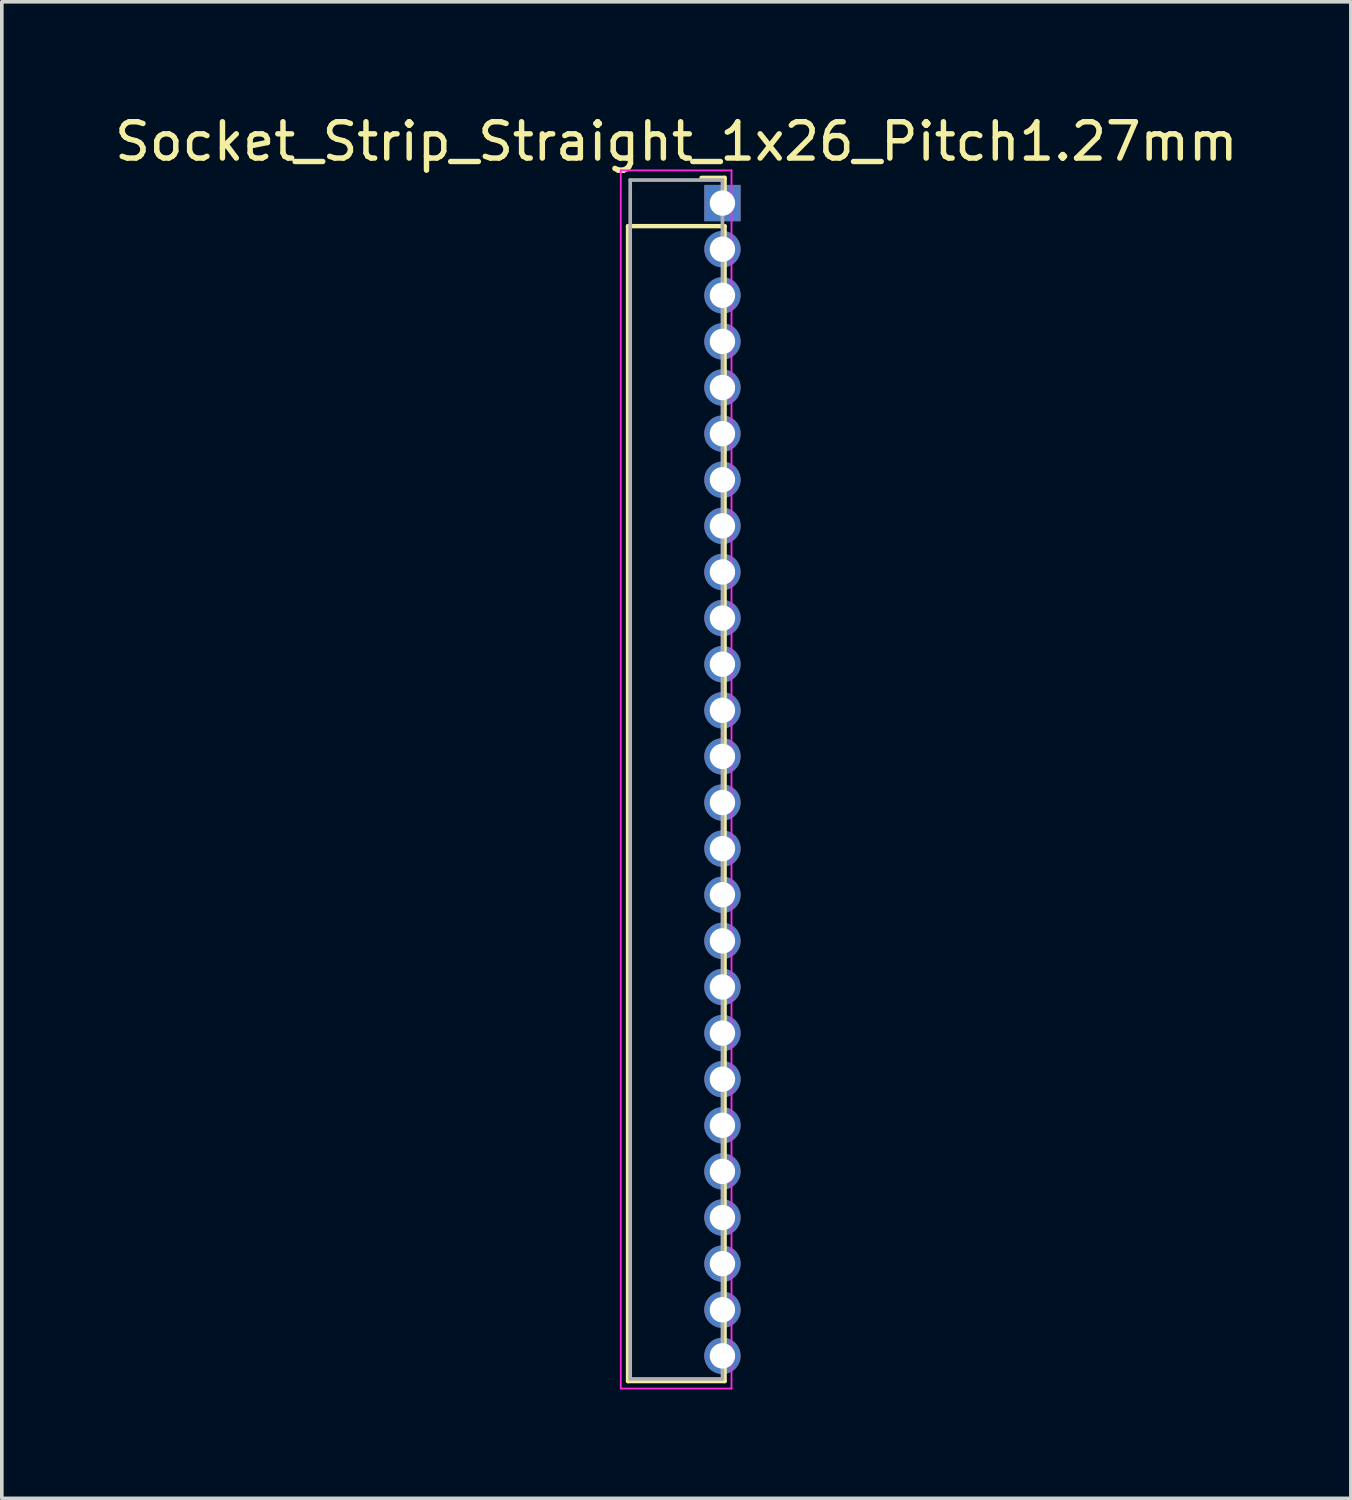
<source format=kicad_pcb>
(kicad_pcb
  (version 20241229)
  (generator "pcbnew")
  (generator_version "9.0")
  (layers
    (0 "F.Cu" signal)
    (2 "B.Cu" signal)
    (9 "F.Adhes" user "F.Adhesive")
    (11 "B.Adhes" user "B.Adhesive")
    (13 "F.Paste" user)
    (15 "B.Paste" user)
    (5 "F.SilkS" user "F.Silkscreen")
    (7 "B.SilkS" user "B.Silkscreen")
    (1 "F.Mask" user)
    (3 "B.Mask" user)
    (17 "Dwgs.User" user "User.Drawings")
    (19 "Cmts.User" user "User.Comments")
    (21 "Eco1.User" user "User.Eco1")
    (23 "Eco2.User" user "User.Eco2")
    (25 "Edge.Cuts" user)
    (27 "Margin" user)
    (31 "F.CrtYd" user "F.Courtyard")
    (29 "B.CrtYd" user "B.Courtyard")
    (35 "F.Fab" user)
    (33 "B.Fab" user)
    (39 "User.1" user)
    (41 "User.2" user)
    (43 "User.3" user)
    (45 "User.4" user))
  (footprint "Socket_Strip_Straight_1x26_Pitch1.27mm"
    (layer "F.Cu")
    (at 16.847 2.543)
    (property "Reference" "Socket_Strip_Straight_1x26_Pitch1.27mm" (at -1.27 -1.695 0) (layer "F.SilkS") (effects (font (size 1 1) (thickness 0.15))))
    (attr through_hole)
    (fp_line (start -2.6 0.635) (end -2.6 32.445) (stroke (width 0.12) (type solid)) (layer "F.SilkS"))
    (fp_line (start -2.6 32.445) (end 0.06 32.445) (stroke (width 0.12) (type solid)) (layer "F.SilkS"))
    (fp_line (start 0.06 -0.695) (end -0.575 -0.695) (stroke (width 0.12) (type solid)) (layer "F.SilkS"))
    (fp_line (start 0.06 0) (end 0.06 -0.695) (stroke (width 0.12) (type solid)) (layer "F.SilkS"))
    (fp_line (start 0.06 0.635) (end -2.6 0.635) (stroke (width 0.12) (type solid)) (layer "F.SilkS"))
    (fp_line (start 0.06 32.445) (end 0.06 0.635) (stroke (width 0.12) (type solid)) (layer "F.SilkS"))
    (fp_line (start -2.8 -0.9) (end -2.8 32.65) (stroke (width 0.05) (type solid)) (layer "F.CrtYd"))
    (fp_line (start -2.8 32.65) (end 0.25 32.65) (stroke (width 0.05) (type solid)) (layer "F.CrtYd"))
    (fp_line (start 0.25 -0.9) (end -2.8 -0.9) (stroke (width 0.05) (type solid)) (layer "F.CrtYd"))
    (fp_line (start 0.25 32.65) (end 0.25 -0.9) (stroke (width 0.05) (type solid)) (layer "F.CrtYd"))
    (fp_line (start -2.54 -0.635) (end -2.54 32.385) (stroke (width 0.1) (type solid)) (layer "F.Fab"))
    (fp_line (start -2.54 32.385) (end 0 32.385) (stroke (width 0.1) (type solid)) (layer "F.Fab"))
    (fp_line (start 0 -0.635) (end -2.54 -0.635) (stroke (width 0.1) (type solid)) (layer "F.Fab"))
    (fp_line (start 0 32.385) (end 0 -0.635) (stroke (width 0.1) (type solid)) (layer "F.Fab"))
    (pad "1" thru_hole rect (at 0 0) (size 1 1) (drill 0.7) (layers "*.Cu" "*.Mask"))
    (pad "2" thru_hole oval (at 0 1.27) (size 1 1) (drill 0.7) (layers "*.Cu" "*.Mask"))
    (pad "3" thru_hole oval (at 0 2.54) (size 1 1) (drill 0.7) (layers "*.Cu" "*.Mask"))
    (pad "4" thru_hole oval (at 0 3.81) (size 1 1) (drill 0.7) (layers "*.Cu" "*.Mask"))
    (pad "5" thru_hole oval (at 0 5.08) (size 1 1) (drill 0.7) (layers "*.Cu" "*.Mask"))
    (pad "6" thru_hole oval (at 0 6.35) (size 1 1) (drill 0.7) (layers "*.Cu" "*.Mask"))
    (pad "7" thru_hole oval (at 0 7.62) (size 1 1) (drill 0.7) (layers "*.Cu" "*.Mask"))
    (pad "8" thru_hole oval (at 0 8.89) (size 1 1) (drill 0.7) (layers "*.Cu" "*.Mask"))
    (pad "9" thru_hole oval (at 0 10.16) (size 1 1) (drill 0.7) (layers "*.Cu" "*.Mask"))
    (pad "10" thru_hole oval (at 0 11.43) (size 1 1) (drill 0.7) (layers "*.Cu" "*.Mask"))
    (pad "11" thru_hole oval (at 0 12.7) (size 1 1) (drill 0.7) (layers "*.Cu" "*.Mask"))
    (pad "12" thru_hole oval (at 0 13.97) (size 1 1) (drill 0.7) (layers "*.Cu" "*.Mask"))
    (pad "13" thru_hole oval (at 0 15.24) (size 1 1) (drill 0.7) (layers "*.Cu" "*.Mask"))
    (pad "14" thru_hole oval (at 0 16.51) (size 1 1) (drill 0.7) (layers "*.Cu" "*.Mask"))
    (pad "15" thru_hole oval (at 0 17.78) (size 1 1) (drill 0.7) (layers "*.Cu" "*.Mask"))
    (pad "16" thru_hole oval (at 0 19.05) (size 1 1) (drill 0.7) (layers "*.Cu" "*.Mask"))
    (pad "17" thru_hole oval (at 0 20.32) (size 1 1) (drill 0.7) (layers "*.Cu" "*.Mask"))
    (pad "18" thru_hole oval (at 0 21.59) (size 1 1) (drill 0.7) (layers "*.Cu" "*.Mask"))
    (pad "19" thru_hole oval (at 0 22.86) (size 1 1) (drill 0.7) (layers "*.Cu" "*.Mask"))
    (pad "20" thru_hole oval (at 0 24.13) (size 1 1) (drill 0.7) (layers "*.Cu" "*.Mask"))
    (pad "21" thru_hole oval (at 0 25.4) (size 1 1) (drill 0.7) (layers "*.Cu" "*.Mask"))
    (pad "22" thru_hole oval (at 0 26.67) (size 1 1) (drill 0.7) (layers "*.Cu" "*.Mask"))
    (pad "23" thru_hole oval (at 0 27.94) (size 1 1) (drill 0.7) (layers "*.Cu" "*.Mask"))
    (pad "24" thru_hole oval (at 0 29.21) (size 1 1) (drill 0.7) (layers "*.Cu" "*.Mask"))
    (pad "25" thru_hole oval (at 0 30.48) (size 1 1) (drill 0.7) (layers "*.Cu" "*.Mask"))
    (pad "26" thru_hole oval (at 0 31.75) (size 1 1) (drill 0.7) (layers "*.Cu" "*.Mask")))
  (gr_rect
    (start -3 -3)
    (end 34.155 38.218)
    (stroke (width 0.1) (type default))
    (fill no)
    (layer "Edge.Cuts")))
</source>
